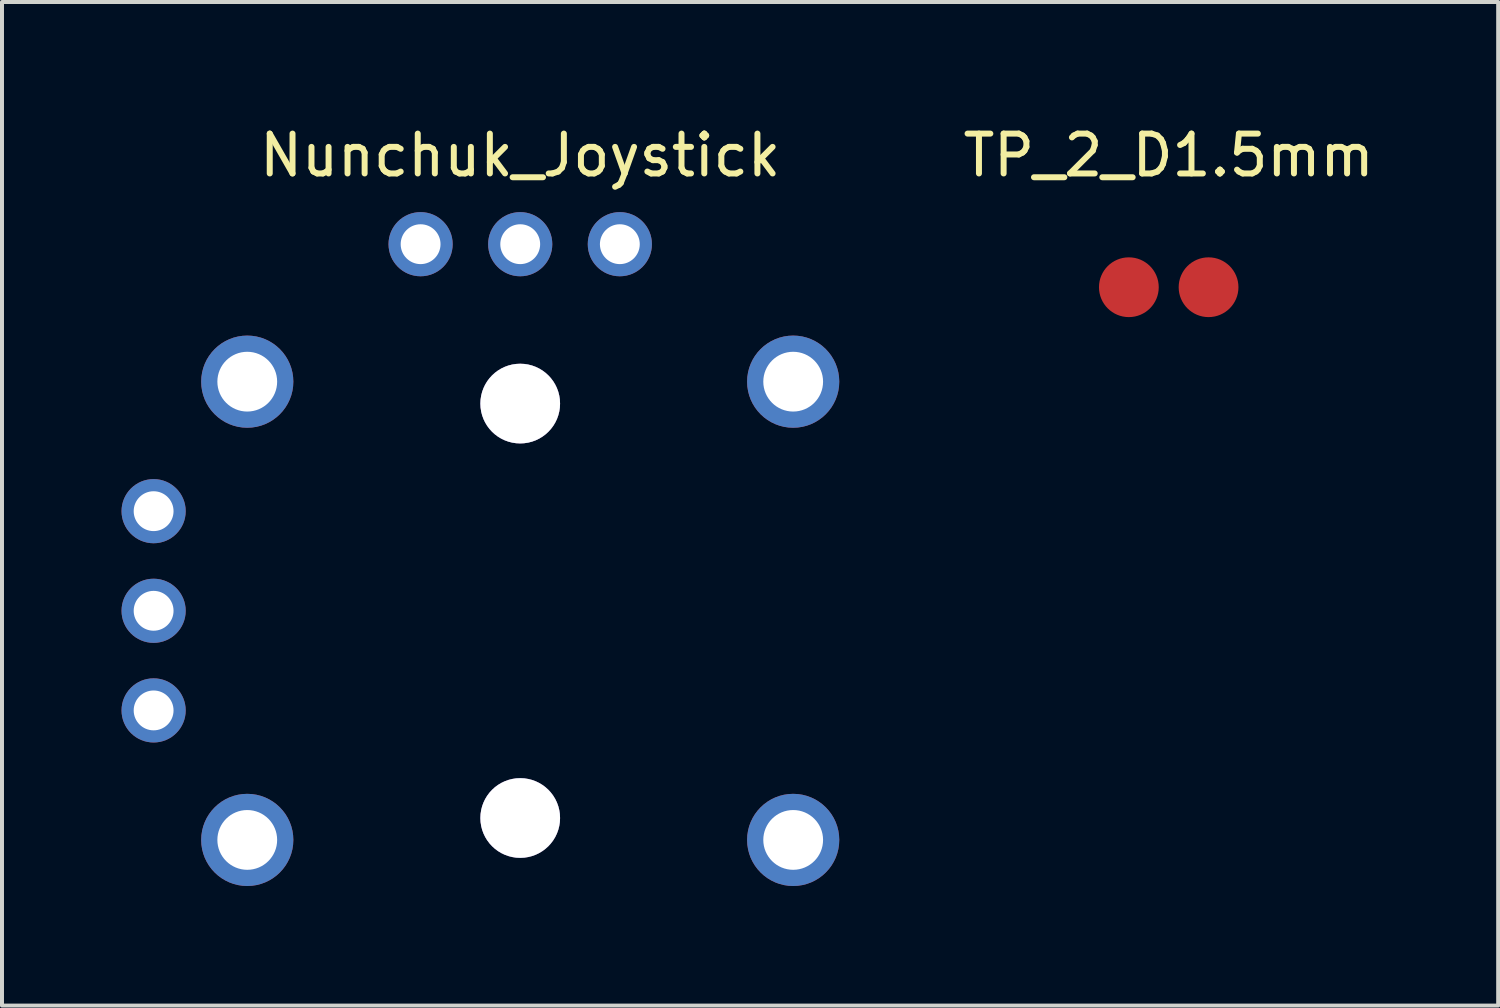
<source format=kicad_pcb>
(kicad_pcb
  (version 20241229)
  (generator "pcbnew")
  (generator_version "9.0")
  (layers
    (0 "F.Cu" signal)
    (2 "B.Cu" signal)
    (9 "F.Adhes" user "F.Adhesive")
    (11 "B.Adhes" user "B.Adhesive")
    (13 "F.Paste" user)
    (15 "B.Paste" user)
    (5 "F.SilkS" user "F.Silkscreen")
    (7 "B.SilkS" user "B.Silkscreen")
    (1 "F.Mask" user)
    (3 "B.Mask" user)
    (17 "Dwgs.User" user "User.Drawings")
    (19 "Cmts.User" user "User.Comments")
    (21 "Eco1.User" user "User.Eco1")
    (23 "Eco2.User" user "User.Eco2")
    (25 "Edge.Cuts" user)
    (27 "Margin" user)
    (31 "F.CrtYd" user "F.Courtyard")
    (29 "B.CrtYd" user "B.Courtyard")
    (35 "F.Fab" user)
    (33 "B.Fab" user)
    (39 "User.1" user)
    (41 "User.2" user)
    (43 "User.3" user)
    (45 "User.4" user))
  (footprint "Nunchuk_Joystick"
    (layer "F.Cu")
    (at 10.005 12.278)
    (property "Reference" "Nunchuk_Joystick" (at 0 -11.43 0) (layer "F.SilkS") (effects (font (size 1 1) (thickness 0.15))))
    (attr through_hole)
    (pad "" thru_hole circle (at 0 -5.2) (size 2 2) (drill 2) (layers "*.Cu" "*.Mask"))
    (pad "" thru_hole circle (at 0 5.2) (size 2 2) (drill 2) (layers "*.Cu" "*.Mask"))
    (pad "1" thru_hole circle (at -9.2 2.5) (size 1.61 1.61) (drill 1) (layers "*.Cu" "*.Mask"))
    (pad "2" thru_hole circle (at -9.2 0) (size 1.61 1.61) (drill 1) (layers "*.Cu" "*.Mask"))
    (pad "3" thru_hole circle (at -9.2 -2.5) (size 1.61 1.61) (drill 1) (layers "*.Cu" "*.Mask"))
    (pad "4" thru_hole circle (at -2.5 -9.2) (size 1.61 1.61) (drill 1) (layers "*.Cu" "*.Mask"))
    (pad "5" thru_hole circle (at 0 -9.2) (size 1.61 1.61) (drill 1) (layers "*.Cu" "*.Mask"))
    (pad "6" thru_hole circle (at 2.5 -9.2) (size 1.61 1.61) (drill 1) (layers "*.Cu" "*.Mask"))
    (pad "7" thru_hole circle (at -6.85 -5.75) (size 2.313 2.313) (drill 1.5) (layers "*.Cu" "*.Mask"))
    (pad "7" thru_hole circle (at -6.85 5.75) (size 2.313 2.313) (drill 1.5) (layers "*.Cu" "*.Mask"))
    (pad "7" thru_hole circle (at 6.85 -5.75) (size 2.313 2.313) (drill 1.5) (layers "*.Cu" "*.Mask"))
    (pad "7" thru_hole circle (at 6.85 5.75) (size 2.313 2.313) (drill 1.5) (layers "*.Cu" "*.Mask")))
  (footprint "TP_2_D1.5mm"
    (layer "F.Cu")
    (at 26.279 4.158)
    (property "Reference" "TP_2_D1.5mm" (at 0 -3.31 0) (layer "F.SilkS") (effects (font (size 1 1) (thickness 0.15))))
    (attr through_hole)
    (pad "1" smd circle (at -1 0) (size 1.5 1.5) (layers "F.Cu" "F.Mask" "F.Paste"))
    (pad "2" smd circle (at 1 0) (size 1.5 1.5) (layers "F.Cu" "F.Mask" "F.Paste")))
  (gr_rect
    (start -3 -3)
    (end 34.547 22.185)
    (stroke (width 0.1) (type default))
    (fill no)
    (layer "Edge.Cuts")))
</source>
